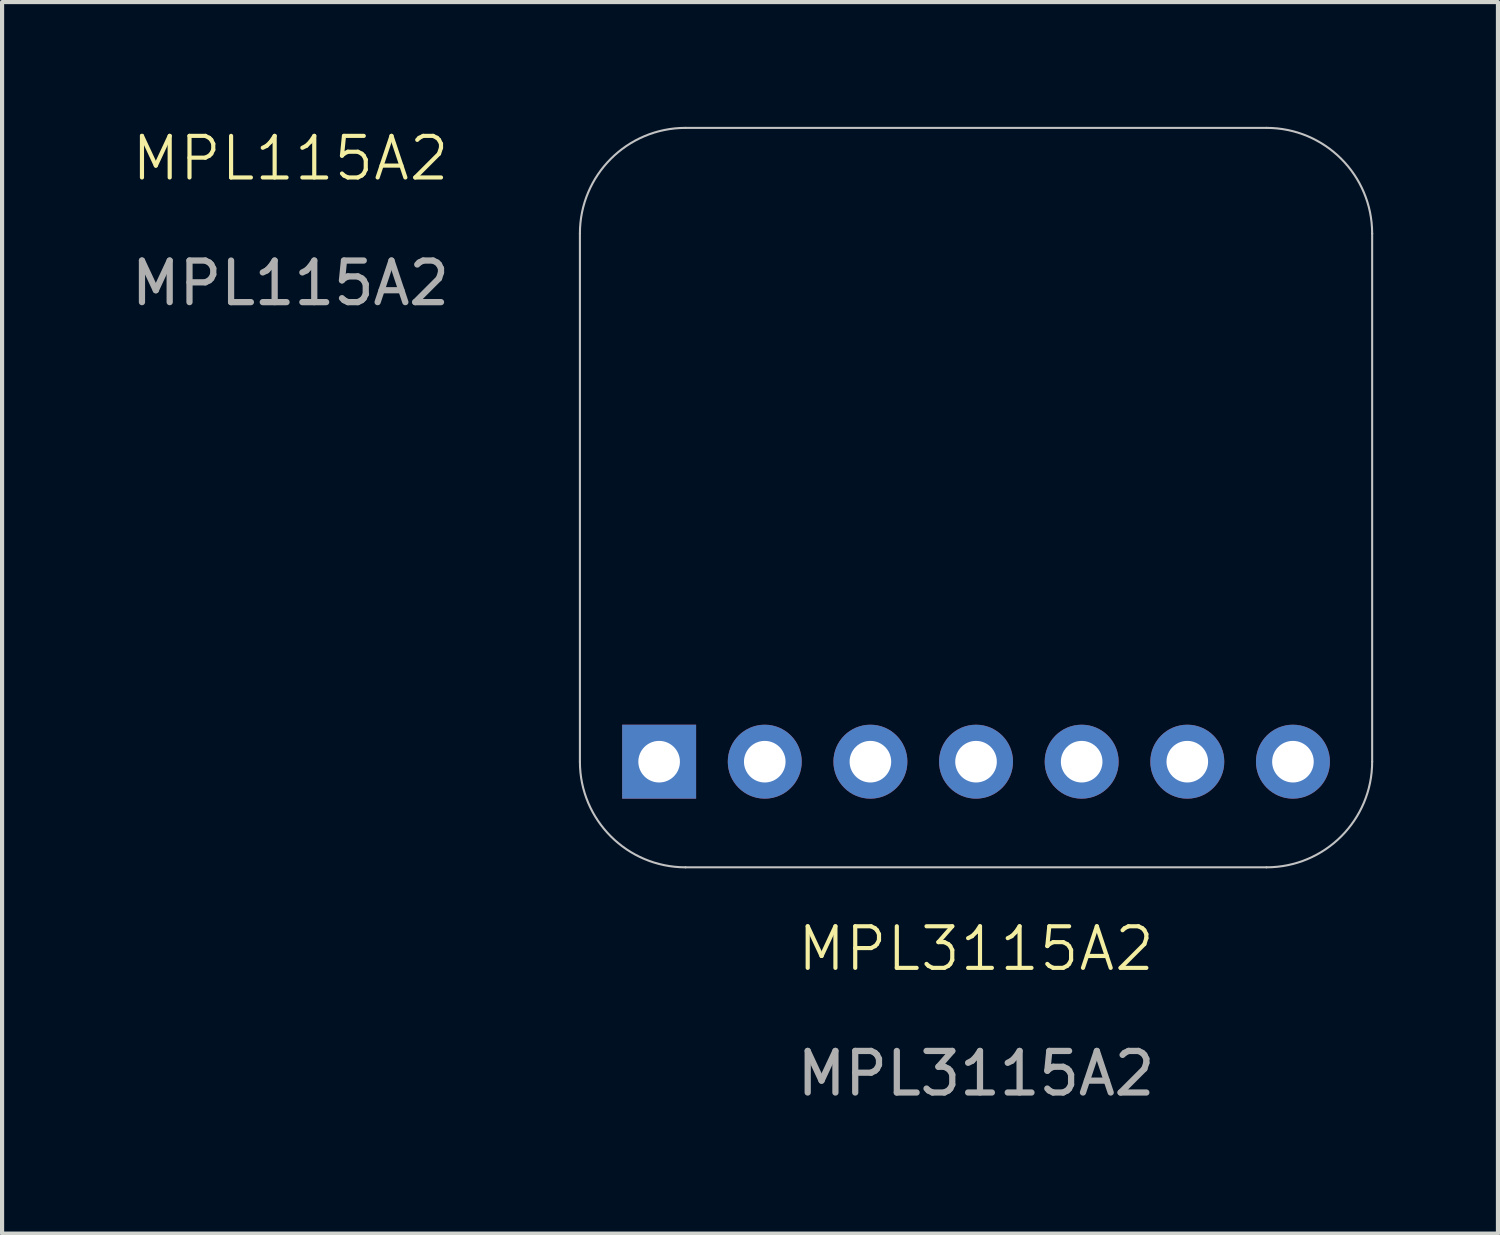
<source format=kicad_pcb>
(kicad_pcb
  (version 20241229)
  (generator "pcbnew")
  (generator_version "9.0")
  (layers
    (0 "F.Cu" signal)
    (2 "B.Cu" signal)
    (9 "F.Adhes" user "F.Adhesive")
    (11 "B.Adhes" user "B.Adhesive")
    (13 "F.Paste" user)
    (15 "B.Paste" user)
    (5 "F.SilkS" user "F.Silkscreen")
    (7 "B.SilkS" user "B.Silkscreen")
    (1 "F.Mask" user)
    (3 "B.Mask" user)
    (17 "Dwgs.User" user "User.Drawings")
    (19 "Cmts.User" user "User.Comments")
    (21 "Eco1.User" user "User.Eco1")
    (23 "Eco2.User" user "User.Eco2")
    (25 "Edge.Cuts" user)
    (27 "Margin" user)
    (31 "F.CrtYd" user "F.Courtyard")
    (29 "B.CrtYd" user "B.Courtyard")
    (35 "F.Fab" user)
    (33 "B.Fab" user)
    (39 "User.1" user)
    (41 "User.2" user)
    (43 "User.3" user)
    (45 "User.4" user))
  (footprint "MPL115A2"
    (layer "F.Cu")
    (at 3.935 1.26)
    (property "Reference" "MPL115A2" (at 0 -0.5 0) (unlocked yes) (layer "F.SilkS") (effects (font (size 1 1) (thickness 0.1))))
    (attr through_hole)
    (fp_text user "${REFERENCE}" (at 0 2.5 0) (unlocked yes) (layer "F.Fab") (effects (font (size 1 1) (thickness 0.15)))))
  (footprint "MPL3115A2"
    (layer "F.Cu")
    (at 20.419 20.265)
    (property "Reference" "MPL3115A2" (at 0 -0.5 0) (unlocked yes) (layer "F.SilkS") (effects (font (size 1 1) (thickness 0.1))))
    (attr through_hole)
    (fp_line (start -9.525 -5) (end -9.525 -17.7) (stroke (width 0.05) (type solid)) (layer "Dwgs.User"))
    (fp_line (start -6.985 -20.24) (end 6.985 -20.24) (stroke (width 0.05) (type solid)) (layer "Dwgs.User"))
    (fp_line (start 6.985 -2.46) (end -6.985 -2.46) (stroke (width 0.05) (type solid)) (layer "Dwgs.User"))
    (fp_line (start 9.525 -17.7) (end 9.525 -5) (stroke (width 0.05) (type solid)) (layer "Dwgs.User"))
    (fp_arc (start -9.525 -17.7) (mid -8.781051 -19.496051) (end -6.985 -20.24) (stroke (width 0.05) (type solid)) (layer "Dwgs.User"))
    (fp_arc (start -6.985 -2.46) (mid -8.781051 -3.203949) (end -9.525 -5) (stroke (width 0.05) (type solid)) (layer "Dwgs.User"))
    (fp_arc (start 6.985 -20.24) (mid 8.781051 -19.496051) (end 9.525 -17.7) (stroke (width 0.05) (type solid)) (layer "Dwgs.User"))
    (fp_arc (start 9.525 -5) (mid 8.781051 -3.203949) (end 6.985 -2.46) (stroke (width 0.05) (type solid)) (layer "Dwgs.User"))
    (fp_text user "${REFERENCE}" (at 0 2.5 0) (unlocked yes) (layer "F.Fab") (effects (font (size 1 1) (thickness 0.15))))
    (pad "1" thru_hole rect (at -7.62 -5 90) (size 1.778 1.778) (drill 1) (layers "*.Cu" "*.Mask"))
    (pad "2" thru_hole circle (at -5.08 -5 90) (size 1.778 1.778) (drill 1) (layers "*.Cu" "*.Mask"))
    (pad "3" thru_hole circle (at -2.54 -5 90) (size 1.778 1.778) (drill 1) (layers "*.Cu" "*.Mask"))
    (pad "4" thru_hole circle (at 0 -5 90) (size 1.778 1.778) (drill 1) (layers "*.Cu" "*.Mask"))
    (pad "5" thru_hole circle (at 2.54 -5 90) (size 1.778 1.778) (drill 1) (layers "*.Cu" "*.Mask"))
    (pad "6" thru_hole circle (at 5.08 -5 90) (size 1.778 1.778) (drill 1) (layers "*.Cu" "*.Mask"))
    (pad "7" thru_hole circle (at 7.62 -5 90) (size 1.778 1.778) (drill 1) (layers "*.Cu" "*.Mask")))
  (gr_rect
    (start -3 -3)
    (end 32.969 26.613)
    (stroke (width 0.1) (type default))
    (fill no)
    (layer "Edge.Cuts")))
</source>
